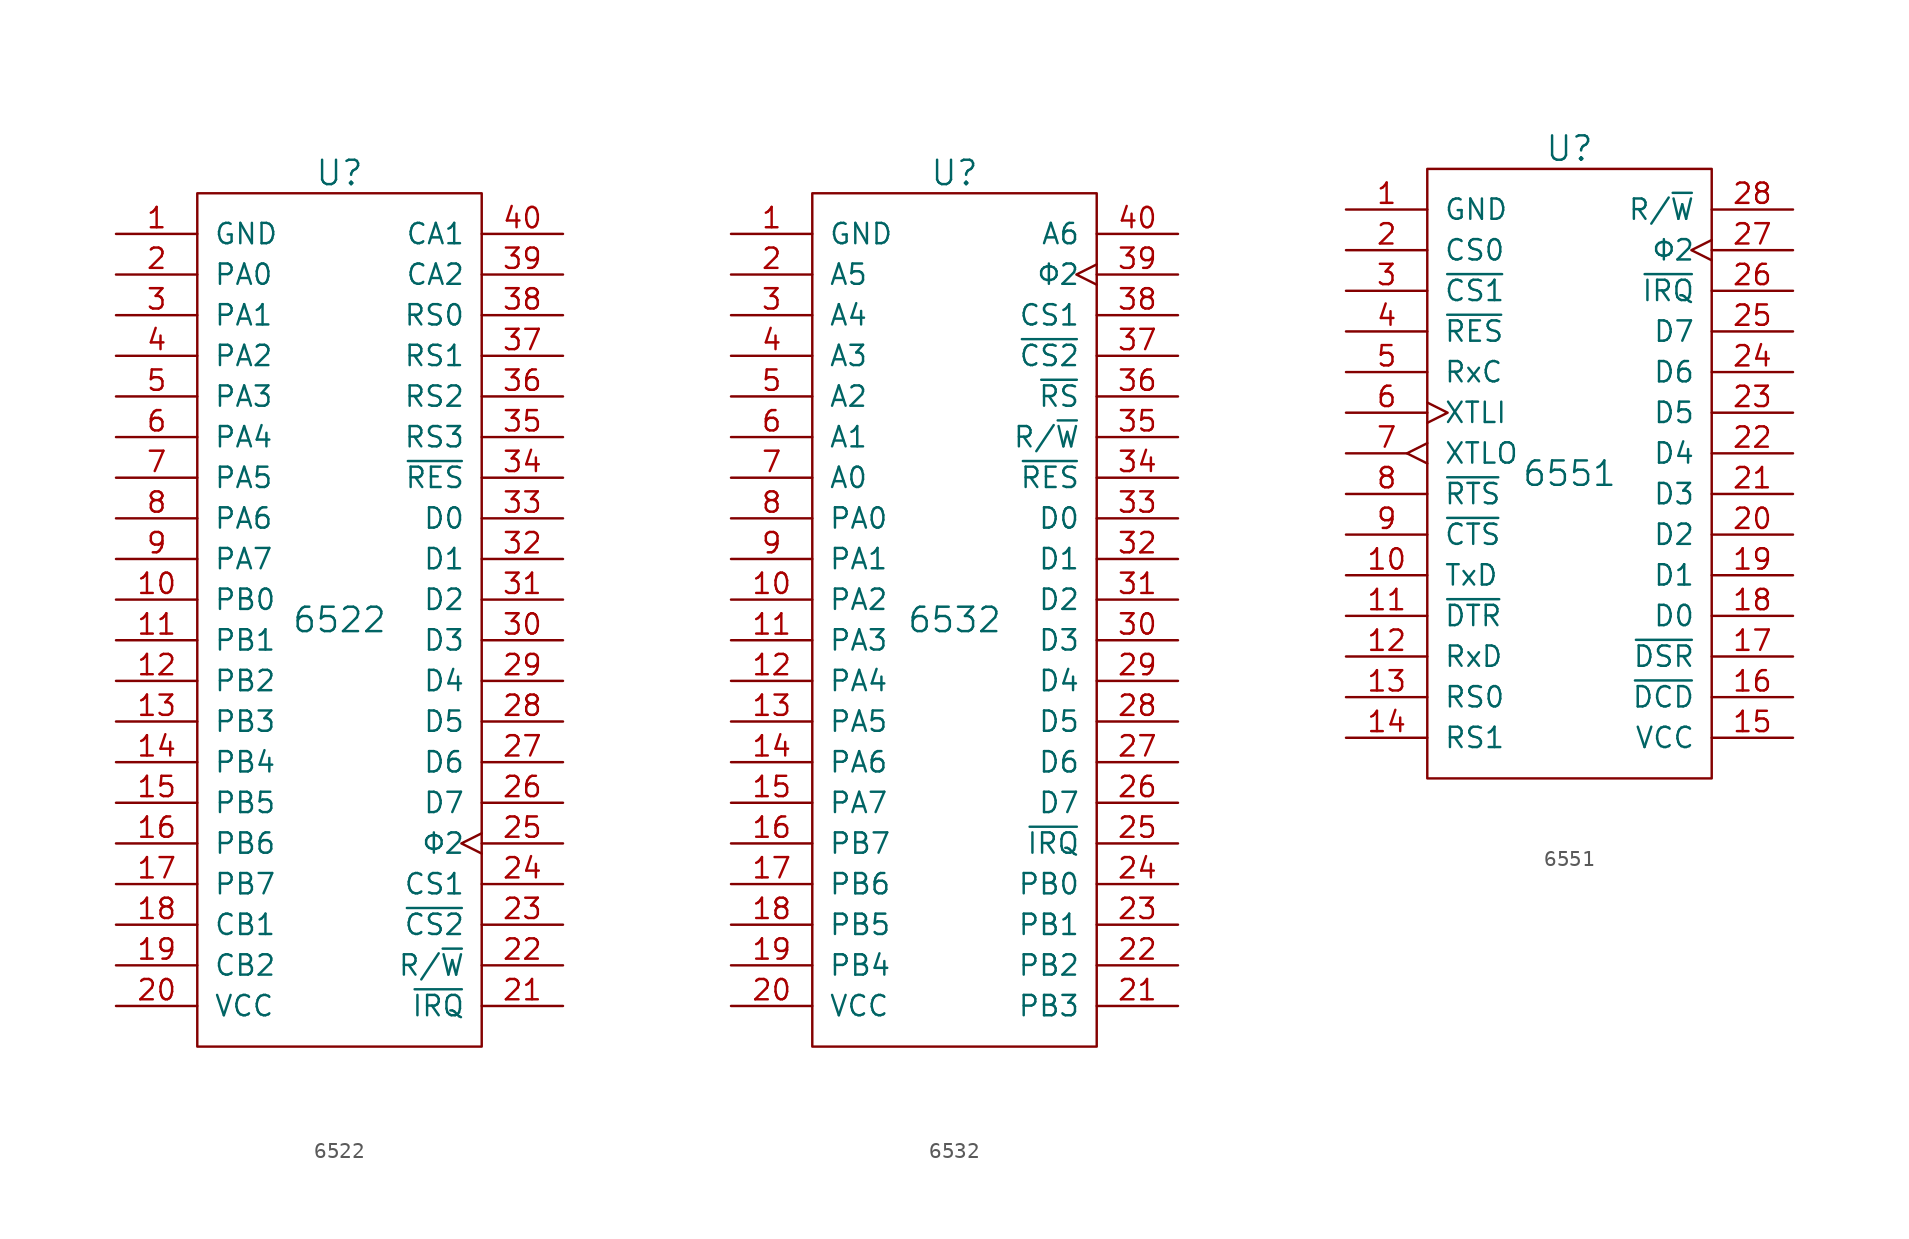
<source format=kicad_sym>
(kicad_symbol_lib
  (version 20211014)
  (generator kicad_symbol_editor)
  (symbol "6522"
    (pin_names
      (offset 1.016))
    (property "Reference" "U"
      (at 0 27.94 0)
      (effects (font (size 1.524 1.524))))
    (property "Value" "6522"
      (at 0 0 0)
      (effects (font (size 1.524 1.524))))
    (symbol "6522_0_1"
      (rectangle (start -8.89 26.67) (end 8.89 -26.67) (stroke (width 0) (type default) (color 0 0 0 0)) (fill (type none))))
    (symbol "6522_1_1"
      (pin power_out line (at -13.97 24.13 0) (length 5.08) (name "GND" (effects (font (size 1.27 1.27)))) (number "1" (effects (font (size 1.27 1.27)))))
      (pin bidirectional line (at -13.97 1.27 0) (length 5.08) (name "PB0" (effects (font (size 1.27 1.27)))) (number "10" (effects (font (size 1.27 1.27)))))
      (pin bidirectional line (at -13.97 -1.27 0) (length 5.08) (name "PB1" (effects (font (size 1.27 1.27)))) (number "11" (effects (font (size 1.27 1.27)))))
      (pin bidirectional line (at -13.97 -3.81 0) (length 5.08) (name "PB2" (effects (font (size 1.27 1.27)))) (number "12" (effects (font (size 1.27 1.27)))))
      (pin bidirectional line (at -13.97 -6.35 0) (length 5.08) (name "PB3" (effects (font (size 1.27 1.27)))) (number "13" (effects (font (size 1.27 1.27)))))
      (pin bidirectional line (at -13.97 -8.89 0) (length 5.08) (name "PB4" (effects (font (size 1.27 1.27)))) (number "14" (effects (font (size 1.27 1.27)))))
      (pin bidirectional line (at -13.97 -11.43 0) (length 5.08) (name "PB5" (effects (font (size 1.27 1.27)))) (number "15" (effects (font (size 1.27 1.27)))))
      (pin bidirectional line (at -13.97 -13.97 0) (length 5.08) (name "PB6" (effects (font (size 1.27 1.27)))) (number "16" (effects (font (size 1.27 1.27)))))
      (pin bidirectional line (at -13.97 -16.51 0) (length 5.08) (name "PB7" (effects (font (size 1.27 1.27)))) (number "17" (effects (font (size 1.27 1.27)))))
      (pin output line (at -13.97 -19.05 0) (length 5.08) (name "CB1" (effects (font (size 1.27 1.27)))) (number "18" (effects (font (size 1.27 1.27)))))
      (pin output line (at -13.97 -21.59 0) (length 5.08) (name "CB2" (effects (font (size 1.27 1.27)))) (number "19" (effects (font (size 1.27 1.27)))))
      (pin bidirectional line (at -13.97 21.59 0) (length 5.08) (name "PA0" (effects (font (size 1.27 1.27)))) (number "2" (effects (font (size 1.27 1.27)))))
      (pin power_out line (at -13.97 -24.13 0) (length 5.08) (name "VCC" (effects (font (size 1.27 1.27)))) (number "20" (effects (font (size 1.27 1.27)))))
      (pin input line (at 13.97 -24.13 180) (length 5.08) (name "~{IRQ}" (effects (font (size 1.27 1.27)))) (number "21" (effects (font (size 1.27 1.27)))))
      (pin input line (at 13.97 -21.59 180) (length 5.08) (name "R/~{W}" (effects (font (size 1.27 1.27)))) (number "22" (effects (font (size 1.27 1.27)))))
      (pin input line (at 13.97 -19.05 180) (length 5.08) (name "~{CS2}" (effects (font (size 1.27 1.27)))) (number "23" (effects (font (size 1.27 1.27)))))
      (pin input line (at 13.97 -16.51 180) (length 5.08) (name "CS1" (effects (font (size 1.27 1.27)))) (number "24" (effects (font (size 1.27 1.27)))))
      (pin input clock (at 13.97 -13.97 180) (length 5.08) (name "Φ2" (effects (font (size 1.27 1.27)))) (number "25" (effects (font (size 1.27 1.27)))))
      (pin bidirectional line (at 13.97 -11.43 180) (length 5.08) (name "D7" (effects (font (size 1.27 1.27)))) (number "26" (effects (font (size 1.27 1.27)))))
      (pin bidirectional line (at 13.97 -8.89 180) (length 5.08) (name "D6" (effects (font (size 1.27 1.27)))) (number "27" (effects (font (size 1.27 1.27)))))
      (pin bidirectional line (at 13.97 -6.35 180) (length 5.08) (name "D5" (effects (font (size 1.27 1.27)))) (number "28" (effects (font (size 1.27 1.27)))))
      (pin bidirectional line (at 13.97 -3.81 180) (length 5.08) (name "D4" (effects (font (size 1.27 1.27)))) (number "29" (effects (font (size 1.27 1.27)))))
      (pin bidirectional line (at -13.97 19.05 0) (length 5.08) (name "PA1" (effects (font (size 1.27 1.27)))) (number "3" (effects (font (size 1.27 1.27)))))
      (pin bidirectional line (at 13.97 -1.27 180) (length 5.08) (name "D3" (effects (font (size 1.27 1.27)))) (number "30" (effects (font (size 1.27 1.27)))))
      (pin bidirectional line (at 13.97 1.27 180) (length 5.08) (name "D2" (effects (font (size 1.27 1.27)))) (number "31" (effects (font (size 1.27 1.27)))))
      (pin bidirectional line (at 13.97 3.81 180) (length 5.08) (name "D1" (effects (font (size 1.27 1.27)))) (number "32" (effects (font (size 1.27 1.27)))))
      (pin bidirectional line (at 13.97 6.35 180) (length 5.08) (name "D0" (effects (font (size 1.27 1.27)))) (number "33" (effects (font (size 1.27 1.27)))))
      (pin input line (at 13.97 8.89 180) (length 5.08) (name "~{RES}" (effects (font (size 1.27 1.27)))) (number "34" (effects (font (size 1.27 1.27)))))
      (pin input line (at 13.97 11.43 180) (length 5.08) (name "RS3" (effects (font (size 1.27 1.27)))) (number "35" (effects (font (size 1.27 1.27)))))
      (pin input line (at 13.97 13.97 180) (length 5.08) (name "RS2" (effects (font (size 1.27 1.27)))) (number "36" (effects (font (size 1.27 1.27)))))
      (pin input line (at 13.97 16.51 180) (length 5.08) (name "RS1" (effects (font (size 1.27 1.27)))) (number "37" (effects (font (size 1.27 1.27)))))
      (pin input line (at 13.97 19.05 180) (length 5.08) (name "RS0" (effects (font (size 1.27 1.27)))) (number "38" (effects (font (size 1.27 1.27)))))
      (pin output line (at 13.97 21.59 180) (length 5.08) (name "CA2" (effects (font (size 1.27 1.27)))) (number "39" (effects (font (size 1.27 1.27)))))
      (pin bidirectional line (at -13.97 16.51 0) (length 5.08) (name "PA2" (effects (font (size 1.27 1.27)))) (number "4" (effects (font (size 1.27 1.27)))))
      (pin output line (at 13.97 24.13 180) (length 5.08) (name "CA1" (effects (font (size 1.27 1.27)))) (number "40" (effects (font (size 1.27 1.27)))))
      (pin bidirectional line (at -13.97 13.97 0) (length 5.08) (name "PA3" (effects (font (size 1.27 1.27)))) (number "5" (effects (font (size 1.27 1.27)))))
      (pin bidirectional line (at -13.97 11.43 0) (length 5.08) (name "PA4" (effects (font (size 1.27 1.27)))) (number "6" (effects (font (size 1.27 1.27)))))
      (pin bidirectional line (at -13.97 8.89 0) (length 5.08) (name "PA5" (effects (font (size 1.27 1.27)))) (number "7" (effects (font (size 1.27 1.27)))))
      (pin bidirectional line (at -13.97 6.35 0) (length 5.08) (name "PA6" (effects (font (size 1.27 1.27)))) (number "8" (effects (font (size 1.27 1.27)))))
      (pin bidirectional line (at -13.97 3.81 0) (length 5.08) (name "PA7" (effects (font (size 1.27 1.27)))) (number "9" (effects (font (size 1.27 1.27)))))))
  (symbol "6532"
    (pin_names
      (offset 1.016))
    (property "Reference" "U"
      (at 0 27.94 0)
      (effects (font (size 1.524 1.524))))
    (property "Value" "6532"
      (at 0 0 0)
      (effects (font (size 1.524 1.524))))
    (symbol "6532_0_1"
      (rectangle (start -8.89 26.67) (end 8.89 -26.67) (stroke (width 0) (type default) (color 0 0 0 0)) (fill (type none))))
    (symbol "6532_1_1"
      (pin power_in line (at -13.97 24.13 0) (length 5.08) (name "GND" (effects (font (size 1.27 1.27)))) (number "1" (effects (font (size 1.27 1.27)))))
      (pin bidirectional line (at -13.97 1.27 0) (length 5.08) (name "PA2" (effects (font (size 1.27 1.27)))) (number "10" (effects (font (size 1.27 1.27)))))
      (pin bidirectional line (at -13.97 -1.27 0) (length 5.08) (name "PA3" (effects (font (size 1.27 1.27)))) (number "11" (effects (font (size 1.27 1.27)))))
      (pin bidirectional line (at -13.97 -3.81 0) (length 5.08) (name "PA4" (effects (font (size 1.27 1.27)))) (number "12" (effects (font (size 1.27 1.27)))))
      (pin bidirectional line (at -13.97 -6.35 0) (length 5.08) (name "PA5" (effects (font (size 1.27 1.27)))) (number "13" (effects (font (size 1.27 1.27)))))
      (pin bidirectional line (at -13.97 -8.89 0) (length 5.08) (name "PA6" (effects (font (size 1.27 1.27)))) (number "14" (effects (font (size 1.27 1.27)))))
      (pin bidirectional line (at -13.97 -11.43 0) (length 5.08) (name "PA7" (effects (font (size 1.27 1.27)))) (number "15" (effects (font (size 1.27 1.27)))))
      (pin bidirectional line (at -13.97 -13.97 0) (length 5.08) (name "PB7" (effects (font (size 1.27 1.27)))) (number "16" (effects (font (size 1.27 1.27)))))
      (pin bidirectional line (at -13.97 -16.51 0) (length 5.08) (name "PB6" (effects (font (size 1.27 1.27)))) (number "17" (effects (font (size 1.27 1.27)))))
      (pin bidirectional line (at -13.97 -19.05 0) (length 5.08) (name "PB5" (effects (font (size 1.27 1.27)))) (number "18" (effects (font (size 1.27 1.27)))))
      (pin bidirectional line (at -13.97 -21.59 0) (length 5.08) (name "PB4" (effects (font (size 1.27 1.27)))) (number "19" (effects (font (size 1.27 1.27)))))
      (pin input line (at -13.97 21.59 0) (length 5.08) (name "A5" (effects (font (size 1.27 1.27)))) (number "2" (effects (font (size 1.27 1.27)))))
      (pin power_in line (at -13.97 -24.13 0) (length 5.08) (name "VCC" (effects (font (size 1.27 1.27)))) (number "20" (effects (font (size 1.27 1.27)))))
      (pin bidirectional line (at 13.97 -24.13 180) (length 5.08) (name "PB3" (effects (font (size 1.27 1.27)))) (number "21" (effects (font (size 1.27 1.27)))))
      (pin bidirectional line (at 13.97 -21.59 180) (length 5.08) (name "PB2" (effects (font (size 1.27 1.27)))) (number "22" (effects (font (size 1.27 1.27)))))
      (pin bidirectional line (at 13.97 -19.05 180) (length 5.08) (name "PB1" (effects (font (size 1.27 1.27)))) (number "23" (effects (font (size 1.27 1.27)))))
      (pin bidirectional line (at 13.97 -16.51 180) (length 5.08) (name "PB0" (effects (font (size 1.27 1.27)))) (number "24" (effects (font (size 1.27 1.27)))))
      (pin output line (at 13.97 -13.97 180) (length 5.08) (name "~{IRQ}" (effects (font (size 1.27 1.27)))) (number "25" (effects (font (size 1.27 1.27)))))
      (pin bidirectional line (at 13.97 -11.43 180) (length 5.08) (name "D7" (effects (font (size 1.27 1.27)))) (number "26" (effects (font (size 1.27 1.27)))))
      (pin bidirectional line (at 13.97 -8.89 180) (length 5.08) (name "D6" (effects (font (size 1.27 1.27)))) (number "27" (effects (font (size 1.27 1.27)))))
      (pin bidirectional line (at 13.97 -6.35 180) (length 5.08) (name "D5" (effects (font (size 1.27 1.27)))) (number "28" (effects (font (size 1.27 1.27)))))
      (pin bidirectional line (at 13.97 -3.81 180) (length 5.08) (name "D4" (effects (font (size 1.27 1.27)))) (number "29" (effects (font (size 1.27 1.27)))))
      (pin output line (at -13.97 19.05 0) (length 5.08) (name "A4" (effects (font (size 1.27 1.27)))) (number "3" (effects (font (size 1.27 1.27)))))
      (pin bidirectional line (at 13.97 -1.27 180) (length 5.08) (name "D3" (effects (font (size 1.27 1.27)))) (number "30" (effects (font (size 1.27 1.27)))))
      (pin bidirectional line (at 13.97 1.27 180) (length 5.08) (name "D2" (effects (font (size 1.27 1.27)))) (number "31" (effects (font (size 1.27 1.27)))))
      (pin bidirectional line (at 13.97 3.81 180) (length 5.08) (name "D1" (effects (font (size 1.27 1.27)))) (number "32" (effects (font (size 1.27 1.27)))))
      (pin bidirectional line (at 13.97 6.35 180) (length 5.08) (name "D0" (effects (font (size 1.27 1.27)))) (number "33" (effects (font (size 1.27 1.27)))))
      (pin input line (at 13.97 8.89 180) (length 5.08) (name "~{RES}" (effects (font (size 1.27 1.27)))) (number "34" (effects (font (size 1.27 1.27)))))
      (pin input line (at 13.97 11.43 180) (length 5.08) (name "R/~{W}" (effects (font (size 1.27 1.27)))) (number "35" (effects (font (size 1.27 1.27)))))
      (pin input line (at 13.97 13.97 180) (length 5.08) (name "~{RS}" (effects (font (size 1.27 1.27)))) (number "36" (effects (font (size 1.27 1.27)))))
      (pin input line (at 13.97 16.51 180) (length 5.08) (name "~{CS2}" (effects (font (size 1.27 1.27)))) (number "37" (effects (font (size 1.27 1.27)))))
      (pin input line (at 13.97 19.05 180) (length 5.08) (name "CS1" (effects (font (size 1.27 1.27)))) (number "38" (effects (font (size 1.27 1.27)))))
      (pin input clock (at 13.97 21.59 180) (length 5.08) (name "Φ2" (effects (font (size 1.27 1.27)))) (number "39" (effects (font (size 1.27 1.27)))))
      (pin input line (at -13.97 16.51 0) (length 5.08) (name "A3" (effects (font (size 1.27 1.27)))) (number "4" (effects (font (size 1.27 1.27)))))
      (pin input line (at 13.97 24.13 180) (length 5.08) (name "A6" (effects (font (size 1.27 1.27)))) (number "40" (effects (font (size 1.27 1.27)))))
      (pin input line (at -13.97 13.97 0) (length 5.08) (name "A2" (effects (font (size 1.27 1.27)))) (number "5" (effects (font (size 1.27 1.27)))))
      (pin input line (at -13.97 11.43 0) (length 5.08) (name "A1" (effects (font (size 1.27 1.27)))) (number "6" (effects (font (size 1.27 1.27)))))
      (pin input line (at -13.97 8.89 0) (length 5.08) (name "A0" (effects (font (size 1.27 1.27)))) (number "7" (effects (font (size 1.27 1.27)))))
      (pin bidirectional line (at -13.97 6.35 0) (length 5.08) (name "PA0" (effects (font (size 1.27 1.27)))) (number "8" (effects (font (size 1.27 1.27)))))
      (pin bidirectional line (at -13.97 3.81 0) (length 5.08) (name "PA1" (effects (font (size 1.27 1.27)))) (number "9" (effects (font (size 1.27 1.27)))))))
  (symbol "6551"
    (pin_names
      (offset 1.016))
    (property "Reference" "U"
      (at 0 20.32 0)
      (effects (font (size 1.524 1.524))))
    (property "Value" "6551"
      (at 0 0 0)
      (effects (font (size 1.524 1.524))))
    (symbol "6551_0_1"
      (rectangle (start -8.89 19.05) (end 8.89 -19.05) (stroke (width 0) (type default) (color 0 0 0 0)) (fill (type none))))
    (symbol "6551_1_1"
      (pin power_in line (at -13.97 16.51 0) (length 5.08) (name "GND" (effects (font (size 1.27 1.27)))) (number "1" (effects (font (size 1.27 1.27)))))
      (pin output line (at -13.97 -6.35 0) (length 5.08) (name "TxD" (effects (font (size 1.27 1.27)))) (number "10" (effects (font (size 1.27 1.27)))))
      (pin output line (at -13.97 -8.89 0) (length 5.08) (name "~{DTR}" (effects (font (size 1.27 1.27)))) (number "11" (effects (font (size 1.27 1.27)))))
      (pin input line (at -13.97 -11.43 0) (length 5.08) (name "RxD" (effects (font (size 1.27 1.27)))) (number "12" (effects (font (size 1.27 1.27)))))
      (pin input line (at -13.97 -13.97 0) (length 5.08) (name "RS0" (effects (font (size 1.27 1.27)))) (number "13" (effects (font (size 1.27 1.27)))))
      (pin input line (at -13.97 -16.51 0) (length 5.08) (name "RS1" (effects (font (size 1.27 1.27)))) (number "14" (effects (font (size 1.27 1.27)))))
      (pin power_in line (at 13.97 -16.51 180) (length 5.08) (name "VCC" (effects (font (size 1.27 1.27)))) (number "15" (effects (font (size 1.27 1.27)))))
      (pin input line (at 13.97 -13.97 180) (length 5.08) (name "~{DCD}" (effects (font (size 1.27 1.27)))) (number "16" (effects (font (size 1.27 1.27)))))
      (pin input line (at 13.97 -11.43 180) (length 5.08) (name "~{DSR}" (effects (font (size 1.27 1.27)))) (number "17" (effects (font (size 1.27 1.27)))))
      (pin bidirectional line (at 13.97 -8.89 180) (length 5.08) (name "D0" (effects (font (size 1.27 1.27)))) (number "18" (effects (font (size 1.27 1.27)))))
      (pin bidirectional line (at 13.97 -6.35 180) (length 5.08) (name "D1" (effects (font (size 1.27 1.27)))) (number "19" (effects (font (size 1.27 1.27)))))
      (pin input line (at -13.97 13.97 0) (length 5.08) (name "CS0" (effects (font (size 1.27 1.27)))) (number "2" (effects (font (size 1.27 1.27)))))
      (pin bidirectional line (at 13.97 -3.81 180) (length 5.08) (name "D2" (effects (font (size 1.27 1.27)))) (number "20" (effects (font (size 1.27 1.27)))))
      (pin bidirectional line (at 13.97 -1.27 180) (length 5.08) (name "D3" (effects (font (size 1.27 1.27)))) (number "21" (effects (font (size 1.27 1.27)))))
      (pin bidirectional line (at 13.97 1.27 180) (length 5.08) (name "D4" (effects (font (size 1.27 1.27)))) (number "22" (effects (font (size 1.27 1.27)))))
      (pin bidirectional line (at 13.97 3.81 180) (length 5.08) (name "D5" (effects (font (size 1.27 1.27)))) (number "23" (effects (font (size 1.27 1.27)))))
      (pin bidirectional line (at 13.97 6.35 180) (length 5.08) (name "D6" (effects (font (size 1.27 1.27)))) (number "24" (effects (font (size 1.27 1.27)))))
      (pin bidirectional line (at 13.97 8.89 180) (length 5.08) (name "D7" (effects (font (size 1.27 1.27)))) (number "25" (effects (font (size 1.27 1.27)))))
      (pin output line (at 13.97 11.43 180) (length 5.08) (name "~{IRQ}" (effects (font (size 1.27 1.27)))) (number "26" (effects (font (size 1.27 1.27)))))
      (pin input clock (at 13.97 13.97 180) (length 5.08) (name "Φ2" (effects (font (size 1.27 1.27)))) (number "27" (effects (font (size 1.27 1.27)))))
      (pin input line (at 13.97 16.51 180) (length 5.08) (name "R/~{W}" (effects (font (size 1.27 1.27)))) (number "28" (effects (font (size 1.27 1.27)))))
      (pin input line (at -13.97 11.43 0) (length 5.08) (name "~{CS1}" (effects (font (size 1.27 1.27)))) (number "3" (effects (font (size 1.27 1.27)))))
      (pin input line (at -13.97 8.89 0) (length 5.08) (name "~{RES}" (effects (font (size 1.27 1.27)))) (number "4" (effects (font (size 1.27 1.27)))))
      (pin bidirectional line (at -13.97 6.35 0) (length 5.08) (name "RxC" (effects (font (size 1.27 1.27)))) (number "5" (effects (font (size 1.27 1.27)))))
      (pin input clock (at -13.97 3.81 0) (length 5.08) (name "XTLI" (effects (font (size 1.27 1.27)))) (number "6" (effects (font (size 1.27 1.27)))))
      (pin output edge_clock_high (at -13.97 1.27 0) (length 5.08) (name "XTLO" (effects (font (size 1.27 1.27)))) (number "7" (effects (font (size 1.27 1.27)))))
      (pin output line (at -13.97 -1.27 0) (length 5.08) (name "~{RTS}" (effects (font (size 1.27 1.27)))) (number "8" (effects (font (size 1.27 1.27)))))
      (pin input line (at -13.97 -3.81 0) (length 5.08) (name "~{CTS}" (effects (font (size 1.27 1.27)))) (number "9" (effects (font (size 1.27 1.27))))))))
</source>
